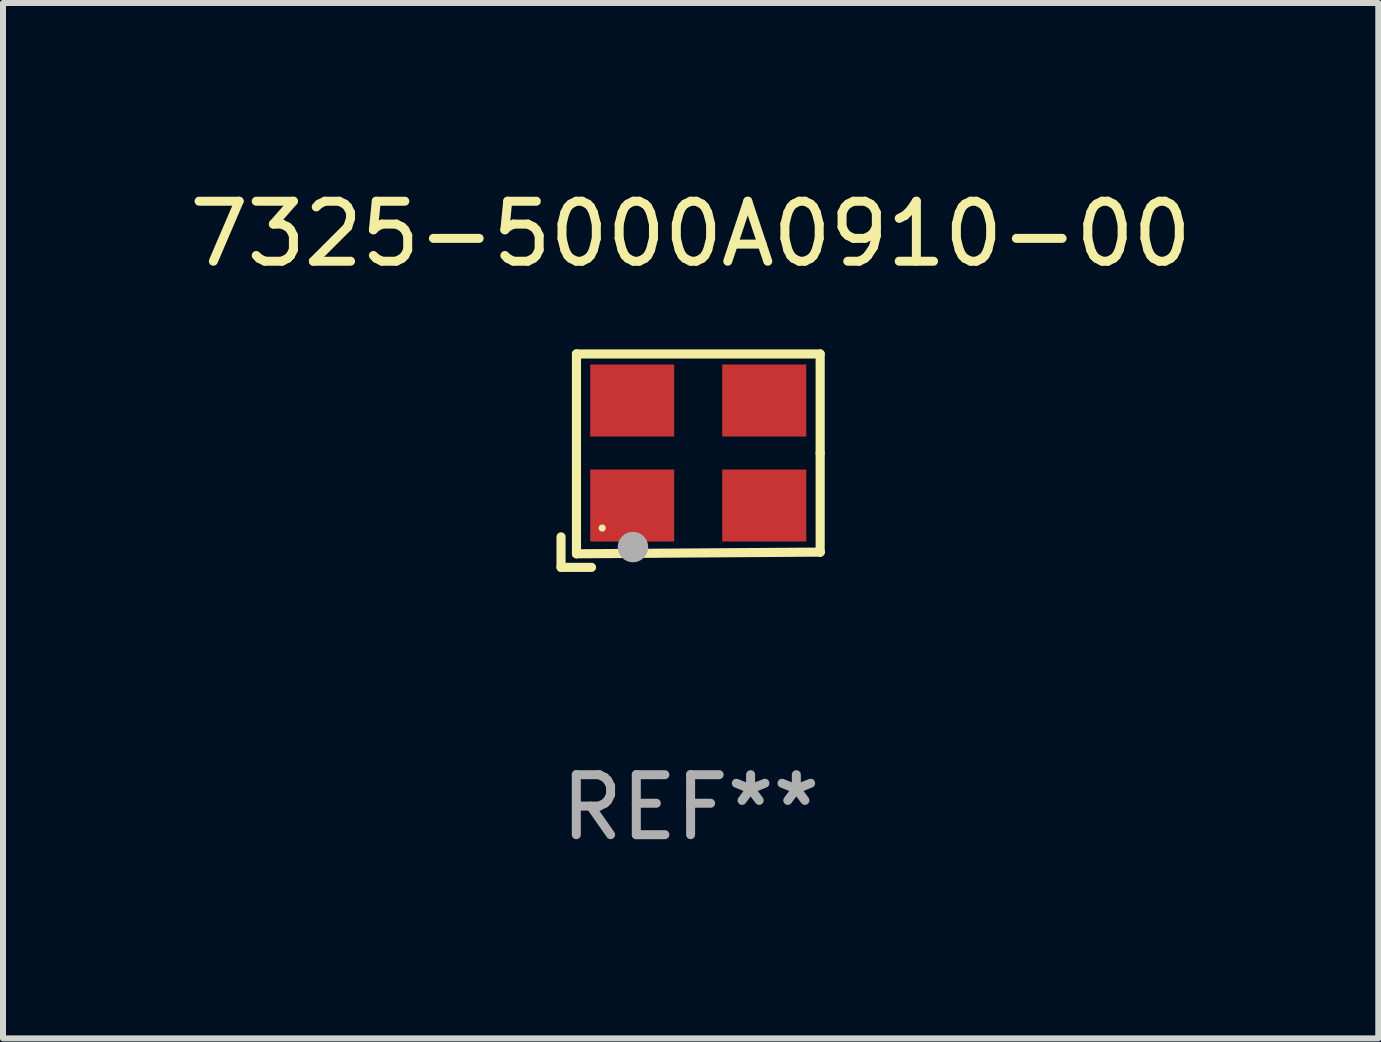
<source format=kicad_pcb>
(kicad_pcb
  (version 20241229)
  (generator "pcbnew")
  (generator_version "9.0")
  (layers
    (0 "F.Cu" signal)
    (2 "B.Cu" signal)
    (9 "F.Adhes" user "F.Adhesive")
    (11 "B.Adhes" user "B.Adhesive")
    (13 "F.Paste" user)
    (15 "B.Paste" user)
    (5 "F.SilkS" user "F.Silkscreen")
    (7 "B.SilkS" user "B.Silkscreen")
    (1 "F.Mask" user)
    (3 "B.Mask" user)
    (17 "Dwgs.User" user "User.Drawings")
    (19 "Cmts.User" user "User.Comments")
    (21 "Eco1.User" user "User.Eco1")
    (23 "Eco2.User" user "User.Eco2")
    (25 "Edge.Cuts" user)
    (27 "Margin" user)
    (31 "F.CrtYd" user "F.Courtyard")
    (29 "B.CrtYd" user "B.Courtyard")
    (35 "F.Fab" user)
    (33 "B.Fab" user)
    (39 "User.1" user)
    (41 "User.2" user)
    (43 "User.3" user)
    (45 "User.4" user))
  (footprint "7325-5000A0910-00"
    (layer "F.Cu")
    (at 8.458 4.626)
    (property "Reference" "7325-5000A0910-00" (at 0 -3.778 0) (layer "F.SilkS") (effects (font (size 1 1) (thickness 0.15))))
    (attr through_hole)
    (fp_line (start -2.159 1.27) (end -2.159 1.778) (stroke (width 0.152) (type solid)) (layer "F.SilkS"))
    (fp_line (start -2.159 1.778) (end -1.651 1.778) (stroke (width 0.152) (type solid)) (layer "F.SilkS"))
    (fp_line (start -1.902 -1.778) (end 2.159 -1.778) (stroke (width 0.152) (type solid)) (layer "F.SilkS"))
    (fp_line (start -1.902 1.552) (end -1.902 -1.778) (stroke (width 0.152) (type solid)) (layer "F.SilkS"))
    (fp_line (start 2.159 -1.778) (end 2.159 -0.127) (stroke (width 0.152) (type solid)) (layer "F.SilkS"))
    (fp_line (start 2.159 -0.127) (end 2.159 1.524) (stroke (width 0.152) (type solid)) (layer "F.SilkS"))
    (fp_line (start 2.159 1.524) (end -1.902 1.552) (stroke (width 0.152) (type solid)) (layer "F.SilkS"))
    (fp_line (start 2.159 1.524) (end 2.159 1.524) (stroke (width 0.152) (type solid)) (layer "F.SilkS"))
    (fp_circle (center -1.473 1.123) (end -1.443 1.123) (stroke (width 0.06) (type solid)) (fill no) (layer "F.SilkS"))
    (fp_circle (center -0.961 1.44) (end -0.834 1.44) (stroke (width 0.254) (type solid)) (fill no) (layer "F.Fab"))
    (fp_text user "REF**" (at 0 5.778 0) (layer "F.Fab") (effects (font (size 1 1) (thickness 0.15))))
    (pad "1" smd rect (at -0.973 0.748) (size 1.4 1.2) (layers "F.Cu" "F.Mask" "F.Paste"))
    (pad "2" smd rect (at 1.227 0.748) (size 1.4 1.2) (layers "F.Cu" "F.Mask" "F.Paste"))
    (pad "3" smd rect (at 1.227 -1.002) (size 1.4 1.2) (layers "F.Cu" "F.Mask" "F.Paste"))
    (pad "4" smd rect (at -0.973 -1.002) (size 1.4 1.2) (layers "F.Cu" "F.Mask" "F.Paste")))
  (gr_rect
    (start -3 -3)
    (end 19.917 14.253)
    (stroke (width 0.1) (type default))
    (fill no)
    (layer "Edge.Cuts")))
</source>
